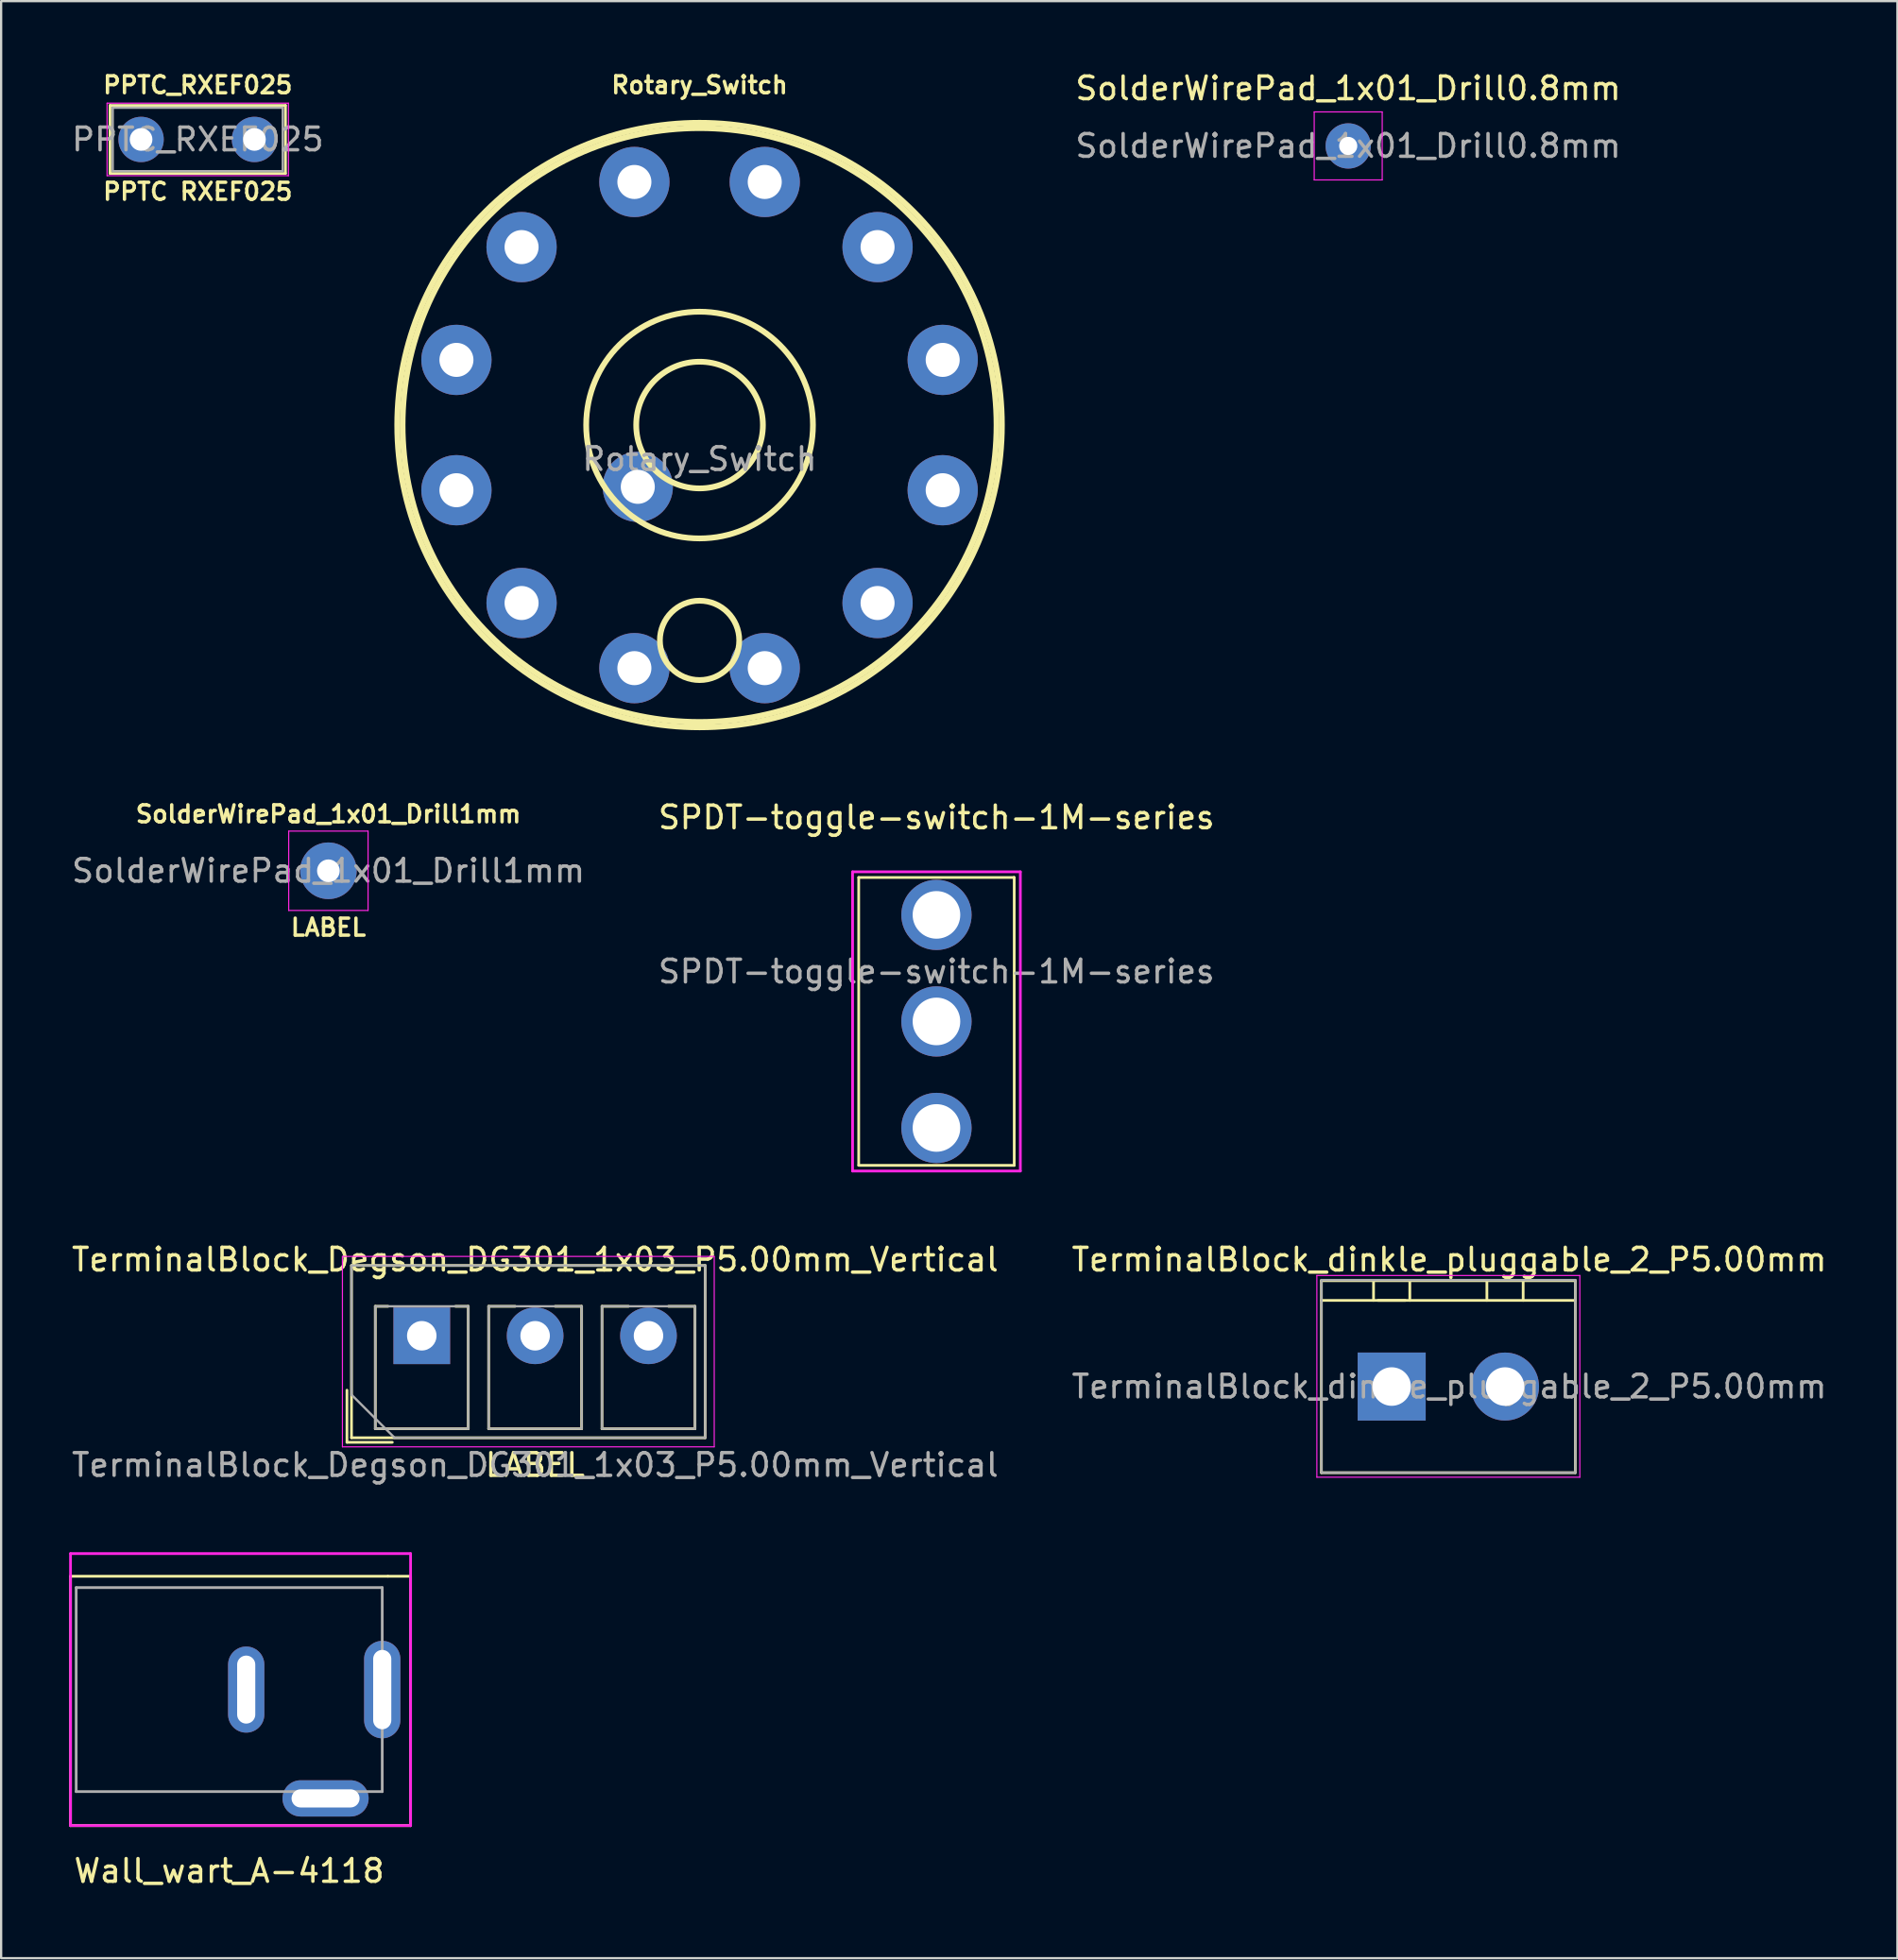
<source format=kicad_pcb>
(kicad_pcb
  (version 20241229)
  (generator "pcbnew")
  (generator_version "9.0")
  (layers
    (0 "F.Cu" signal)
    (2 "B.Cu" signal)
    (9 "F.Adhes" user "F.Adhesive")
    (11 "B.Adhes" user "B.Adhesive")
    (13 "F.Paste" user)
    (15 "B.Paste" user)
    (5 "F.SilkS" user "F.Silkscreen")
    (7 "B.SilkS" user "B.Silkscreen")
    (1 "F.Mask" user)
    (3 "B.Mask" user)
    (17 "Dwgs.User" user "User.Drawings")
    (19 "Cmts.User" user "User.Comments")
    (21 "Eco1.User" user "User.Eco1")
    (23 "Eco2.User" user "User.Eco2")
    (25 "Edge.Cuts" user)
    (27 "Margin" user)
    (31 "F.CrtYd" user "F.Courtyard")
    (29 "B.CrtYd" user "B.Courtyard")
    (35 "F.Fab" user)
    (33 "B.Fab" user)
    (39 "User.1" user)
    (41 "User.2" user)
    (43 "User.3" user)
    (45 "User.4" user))
  (footprint "SolderWirePad_1x01_Drill0.8mm"
    (layer "F.Cu")
    (at 56.418 3.388)
    (property "Reference" "SolderWirePad_1x01_Drill0.8mm" (at 0 -2.54 0) (layer "F.SilkS") (effects (font (size 1 1) (thickness 0.15))))
    (attr exclude_from_pos_files exclude_from_bom)
    (fp_line (start -1.5 -1.5) (end -1.5 1.5) (stroke (width 0.05) (type solid)) (layer "F.CrtYd"))
    (fp_line (start -1.5 -1.5) (end 1.5 -1.5) (stroke (width 0.05) (type solid)) (layer "F.CrtYd"))
    (fp_line (start 1.5 1.5) (end -1.5 1.5) (stroke (width 0.05) (type solid)) (layer "F.CrtYd"))
    (fp_line (start 1.5 1.5) (end 1.5 -1.5) (stroke (width 0.05) (type solid)) (layer "F.CrtYd"))
    (fp_text user "${REFERENCE}" (at 0 0 0) (layer "F.Fab") (effects (font (size 1 1) (thickness 0.15))))
    (pad "1" thru_hole circle (at 0 0) (size 1.999 1.999) (drill 0.8) (layers "*.Cu" "*.Mask")))
  (footprint "SolderWirePad_1x01_Drill1mm"
    (layer "F.Cu")
    (at 11.435 35.366)
    (property "Reference" "SolderWirePad_1x01_Drill1mm" (at 0 -2.5 0) (layer "F.SilkS") (effects (font (size 0.75 0.75) (thickness 0.15))))
    (attr exclude_from_pos_files exclude_from_bom)
    (fp_line (start -1.75 -1.75) (end -1.75 1.75) (stroke (width 0.05) (type solid)) (layer "F.CrtYd"))
    (fp_line (start -1.75 -1.75) (end 1.75 -1.75) (stroke (width 0.05) (type solid)) (layer "F.CrtYd"))
    (fp_line (start 1.75 1.75) (end -1.75 1.75) (stroke (width 0.05) (type solid)) (layer "F.CrtYd"))
    (fp_line (start 1.75 1.75) (end 1.75 -1.75) (stroke (width 0.05) (type solid)) (layer "F.CrtYd"))
    (fp_text user "LABEL" (at 0 2.5 0) (layer "F.SilkS") (effects (font (size 0.75 0.75) (thickness 0.15))))
    (fp_text user "${REFERENCE}" (at 0 0 0) (layer "F.Fab") (effects (font (size 1 1) (thickness 0.15))))
    (pad "1" thru_hole circle (at 0 0) (size 2.499 2.499) (drill 1.001) (layers "*.Cu" "*.Mask")))
  (footprint "TerminalBlock_Degson_DG301_1x03_P5.00mm_Vertical"
    (layer "F.Cu")
    (at 20.554 55.88)
    (property "Reference" "TerminalBlock_Degson_DG301_1x03_P5.00mm_Vertical" (at 0 -3.36 0) (layer "F.SilkS") (effects (font (size 1 1) (thickness 0.15))))
    (attr through_hole)
    (fp_line (start -8.3 2.4) (end -8.3 4.7) (stroke (width 0.12) (type solid)) (layer "F.SilkS"))
    (fp_line (start -8.3 4.7) (end -6.3 4.7) (stroke (width 0.12) (type solid)) (layer "F.SilkS"))
    (fp_line (start -8.1 -3.1) (end -8.1 4.5) (stroke (width 0.12) (type solid)) (layer "F.SilkS"))
    (fp_line (start -8.1 -3.1) (end 7.5 -3.1) (stroke (width 0.12) (type solid)) (layer "F.SilkS"))
    (fp_line (start -8.1 4.5) (end 7.5 4.5) (stroke (width 0.12) (type solid)) (layer "F.SilkS"))
    (fp_line (start -7.05 -1.3) (end -7.05 4.1) (stroke (width 0.12) (type solid)) (layer "F.SilkS"))
    (fp_line (start -7.05 -1.3) (end -6.49 -1.3) (stroke (width 0.12) (type solid)) (layer "F.SilkS"))
    (fp_line (start -7.05 4.1) (end -2.95 4.1) (stroke (width 0.12) (type solid)) (layer "F.SilkS"))
    (fp_line (start -3.51 -1.3) (end -2.95 -1.3) (stroke (width 0.12) (type solid)) (layer "F.SilkS"))
    (fp_line (start -2.95 -1.3) (end -2.95 4.1) (stroke (width 0.12) (type solid)) (layer "F.SilkS"))
    (fp_line (start -2.05 -1.3) (end -2.05 4.1) (stroke (width 0.12) (type solid)) (layer "F.SilkS"))
    (fp_line (start -2.05 -1.3) (end -0.883 -1.3) (stroke (width 0.12) (type solid)) (layer "F.SilkS"))
    (fp_line (start -2.05 4.1) (end 2.05 4.1) (stroke (width 0.12) (type solid)) (layer "F.SilkS"))
    (fp_line (start 0.884 -1.3) (end 2.05 -1.3) (stroke (width 0.12) (type solid)) (layer "F.SilkS"))
    (fp_line (start 2.05 -1.3) (end 2.05 4.1) (stroke (width 0.12) (type solid)) (layer "F.SilkS"))
    (fp_line (start 2.95 -1.3) (end 2.95 4.1) (stroke (width 0.12) (type solid)) (layer "F.SilkS"))
    (fp_line (start 2.95 -1.3) (end 4.117 -1.3) (stroke (width 0.12) (type solid)) (layer "F.SilkS"))
    (fp_line (start 2.95 4.1) (end 7.05 4.1) (stroke (width 0.12) (type solid)) (layer "F.SilkS"))
    (fp_line (start 5.884 -1.3) (end 7.05 -1.3) (stroke (width 0.12) (type solid)) (layer "F.SilkS"))
    (fp_line (start 7.05 -1.3) (end 7.05 4.1) (stroke (width 0.12) (type solid)) (layer "F.SilkS"))
    (fp_line (start 7.5 -3.1) (end 7.5 4.5) (stroke (width 0.12) (type solid)) (layer "F.SilkS"))
    (fp_line (start -8.5 -3.5) (end -8.5 4.9) (stroke (width 0.05) (type solid)) (layer "F.CrtYd"))
    (fp_line (start -8.5 4.9) (end 7.9 4.9) (stroke (width 0.05) (type solid)) (layer "F.CrtYd"))
    (fp_line (start 7.9 -3.5) (end -8.5 -3.5) (stroke (width 0.05) (type solid)) (layer "F.CrtYd"))
    (fp_line (start 7.9 4.9) (end 7.9 -3.5) (stroke (width 0.05) (type solid)) (layer "F.CrtYd"))
    (fp_line (start -8.1 -3.1) (end 7.5 -3.1) (stroke (width 0.1) (type solid)) (layer "F.Fab"))
    (fp_line (start -8.1 2.6) (end -8.1 -3.1) (stroke (width 0.1) (type solid)) (layer "F.Fab"))
    (fp_line (start -7.05 -1.3) (end -7.05 4.1) (stroke (width 0.1) (type solid)) (layer "F.Fab"))
    (fp_line (start -7.05 4.1) (end -2.95 4.1) (stroke (width 0.1) (type solid)) (layer "F.Fab"))
    (fp_line (start -6.2 4.5) (end -8.1 2.6) (stroke (width 0.1) (type solid)) (layer "F.Fab"))
    (fp_line (start -2.95 -1.3) (end -7.05 -1.3) (stroke (width 0.1) (type solid)) (layer "F.Fab"))
    (fp_line (start -2.95 4.1) (end -2.95 -1.3) (stroke (width 0.1) (type solid)) (layer "F.Fab"))
    (fp_line (start -2.05 -1.3) (end -2.05 4.1) (stroke (width 0.1) (type solid)) (layer "F.Fab"))
    (fp_line (start -2.05 4.1) (end 2.05 4.1) (stroke (width 0.1) (type solid)) (layer "F.Fab"))
    (fp_line (start 2.05 -1.3) (end -2.05 -1.3) (stroke (width 0.1) (type solid)) (layer "F.Fab"))
    (fp_line (start 2.05 4.1) (end 2.05 -1.3) (stroke (width 0.1) (type solid)) (layer "F.Fab"))
    (fp_line (start 2.95 -1.3) (end 2.95 4.1) (stroke (width 0.1) (type solid)) (layer "F.Fab"))
    (fp_line (start 2.95 4.1) (end 7.05 4.1) (stroke (width 0.1) (type solid)) (layer "F.Fab"))
    (fp_line (start 7.05 -1.3) (end 2.95 -1.3) (stroke (width 0.1) (type solid)) (layer "F.Fab"))
    (fp_line (start 7.05 4.1) (end 7.05 -1.3) (stroke (width 0.1) (type solid)) (layer "F.Fab"))
    (fp_line (start 7.5 -3.1) (end 7.5 4.5) (stroke (width 0.1) (type solid)) (layer "F.Fab"))
    (fp_line (start 7.5 4.5) (end -6.2 4.5) (stroke (width 0.1) (type solid)) (layer "F.Fab"))
    (fp_text user "LABEL" (at 0 5.7 0) (layer "F.SilkS") (effects (font (size 1 1) (thickness 0.15))))
    (fp_text user "${REFERENCE}" (at 0 5.7 0) (layer "F.Fab") (effects (font (size 1 1) (thickness 0.15))))
    (pad "1" thru_hole rect (at -5 0) (size 2.5 2.5) (drill 1.3) (layers "*.Cu" "*.Mask"))
    (pad "2" thru_hole circle (at 0 0) (size 2.5 2.5) (drill 1.3) (layers "*.Cu" "*.Mask"))
    (pad "3" thru_hole circle (at 5 0) (size 2.5 2.5) (drill 1.3) (layers "*.Cu" "*.Mask")))
  (footprint "PPTC_RXEF025"
    (layer "F.Cu")
    (at 5.673 3.102)
    (property "Reference" "PPTC_RXEF025" (at 0 -2.4 0) (layer "F.SilkS") (effects (font (size 0.75 0.75) (thickness 0.15))))
    (property "Value" "PPTC RXEF025" (at 0 2.4 0) (layer "F.Fab") (hide yes) (effects (font (size 1 1) (thickness 0.15))))
    (attr through_hole)
    (fp_line (start -3.87 -1.5) (end -3.87 1.5) (stroke (width 0.12) (type solid)) (layer "F.SilkS"))
    (fp_line (start -3.87 -1.5) (end 3.87 -1.5) (stroke (width 0.12) (type solid)) (layer "F.SilkS"))
    (fp_line (start -3.87 1.5) (end 3.87 1.5) (stroke (width 0.12) (type solid)) (layer "F.SilkS"))
    (fp_line (start 3.87 -1.5) (end 3.87 1.5) (stroke (width 0.12) (type solid)) (layer "F.SilkS"))
    (fp_line (start -4 -1.6) (end -4 1.6) (stroke (width 0.05) (type solid)) (layer "F.CrtYd"))
    (fp_line (start -4 1.6) (end 4 1.6) (stroke (width 0.05) (type solid)) (layer "F.CrtYd"))
    (fp_line (start 4 -1.6) (end -4 -1.6) (stroke (width 0.05) (type solid)) (layer "F.CrtYd"))
    (fp_line (start 4 1.6) (end 4 -1.6) (stroke (width 0.05) (type solid)) (layer "F.CrtYd"))
    (fp_line (start -3.75 -1.4) (end -3.75 1.4) (stroke (width 0.1) (type solid)) (layer "F.Fab"))
    (fp_line (start -3.75 1.4) (end 3.75 1.4) (stroke (width 0.1) (type solid)) (layer "F.Fab"))
    (fp_line (start 3.75 -1.4) (end -3.75 -1.4) (stroke (width 0.1) (type solid)) (layer "F.Fab"))
    (fp_line (start 3.75 1.4) (end 3.75 -1.4) (stroke (width 0.1) (type solid)) (layer "F.Fab"))
    (fp_text user "${VALUE}" (at 0 2.3 0) (layer "F.SilkS") (effects (font (size 0.75 0.75) (thickness 0.15))))
    (fp_text user "${REFERENCE}" (at 0 0 0) (layer "F.Fab") (effects (font (size 1 1) (thickness 0.15))))
    (pad "1" thru_hole circle (at -2.5 0) (size 2 2) (drill 1) (layers "*.Cu" "*.Mask"))
    (pad "2" thru_hole circle (at 2.5 0) (size 2 2) (drill 1) (layers "*.Cu" "*.Mask")))
  (footprint "TerminalBlock_dinkle_pluggable_2_P5.00mm"
    (layer "F.Cu")
    (at 58.335 58.12)
    (property "Reference" "TerminalBlock_dinkle_pluggable_2_P5.00mm" (at 2.54 -5.6 0) (layer "F.SilkS") (effects (font (size 1 1) (thickness 0.15))))
    (attr through_hole)
    (fp_line (start -3.1 -4.67) (end -3.1 3.8) (stroke (width 0.12) (type solid)) (layer "F.SilkS"))
    (fp_line (start -3.1 -4.67) (end 8.1 -4.67) (stroke (width 0.12) (type solid)) (layer "F.SilkS"))
    (fp_line (start -3.1 -3.8) (end 8.1 -3.8) (stroke (width 0.12) (type solid)) (layer "F.SilkS"))
    (fp_line (start -3.1 3.8) (end 8.1 3.8) (stroke (width 0.12) (type solid)) (layer "F.SilkS"))
    (fp_line (start -0.8 -4.6) (end -0.8 -3.8) (stroke (width 0.12) (type solid)) (layer "F.SilkS"))
    (fp_line (start -0.6 -3.8) (end 0.6 -3.8) (stroke (width 0.12) (type solid)) (layer "F.SilkS"))
    (fp_line (start 0.8 -3.8) (end 0.8 -4.6) (stroke (width 0.12) (type solid)) (layer "F.SilkS"))
    (fp_line (start 4.2 -3.8) (end 4.2 -4.6) (stroke (width 0.12) (type solid)) (layer "F.SilkS"))
    (fp_line (start 5.8 -3.8) (end 5.8 -4.6) (stroke (width 0.12) (type solid)) (layer "F.SilkS"))
    (fp_line (start 8.1 3.8) (end 8.1 -4.67) (stroke (width 0.12) (type solid)) (layer "F.SilkS"))
    (fp_line (start -3.3 -4.9) (end -3.3 4) (stroke (width 0.05) (type solid)) (layer "F.CrtYd"))
    (fp_line (start -3.3 -4.9) (end 8.3 -4.9) (stroke (width 0.05) (type solid)) (layer "F.CrtYd"))
    (fp_line (start 8.3 4) (end -3.3 4) (stroke (width 0.05) (type solid)) (layer "F.CrtYd"))
    (fp_line (start 8.3 4) (end 8.3 -4.9) (stroke (width 0.05) (type solid)) (layer "F.CrtYd"))
    (fp_line (start -3.1 -4.7) (end -3.1 3.8) (stroke (width 0.1) (type solid)) (layer "F.Fab"))
    (fp_line (start -3.1 3.8) (end 8.1 3.8) (stroke (width 0.1) (type solid)) (layer "F.Fab"))
    (fp_line (start 8.1 -4.7) (end -3.1 -4.7) (stroke (width 0.1) (type solid)) (layer "F.Fab"))
    (fp_line (start 8.1 3.8) (end 8.1 -4.7) (stroke (width 0.1) (type solid)) (layer "F.Fab"))
    (fp_text user "${REFERENCE}" (at 2.54 0 0) (layer "F.Fab") (effects (font (size 1 1) (thickness 0.15))))
    (pad "1" thru_hole rect (at 0 0) (size 3 3) (drill 1.7) (layers "*.Cu" "*.Mask"))
    (pad "2" thru_hole circle (at 5 0) (size 3 3) (drill 1.7) (layers "*.Cu" "*.Mask")))
  (footprint "SPDT-toggle-switch-1M-series"
    (layer "F.Cu")
    (at 38.256 42.012)
    (property "Reference" "SPDT-toggle-switch-1M-series" (at 0 -9 0) (layer "F.SilkS") (effects (font (size 1 1) (thickness 0.15))))
    (attr through_hole)
    (fp_line (start -3.43 -6.35) (end 3.42 -6.35) (stroke (width 0.12) (type solid)) (layer "F.SilkS"))
    (fp_line (start -3.43 6.34) (end -3.43 -6.35) (stroke (width 0.12) (type solid)) (layer "F.SilkS"))
    (fp_line (start 3.42 -6.35) (end 3.42 -6.34) (stroke (width 0.12) (type solid)) (layer "F.SilkS"))
    (fp_line (start 3.43 -6.35) (end 3.43 6.35) (stroke (width 0.12) (type solid)) (layer "F.SilkS"))
    (fp_line (start 3.43 6.35) (end -3.43 6.35) (stroke (width 0.12) (type solid)) (layer "F.SilkS"))
    (fp_line (start -3.7 -6.6) (end 3.7 -6.6) (stroke (width 0.12) (type solid)) (layer "F.CrtYd"))
    (fp_line (start -3.7 6.6) (end -3.7 -6.6) (stroke (width 0.12) (type solid)) (layer "F.CrtYd"))
    (fp_line (start 3.7 -6.6) (end 3.7 6.6) (stroke (width 0.12) (type solid)) (layer "F.CrtYd"))
    (fp_line (start 3.7 6.6) (end -3.7 6.6) (stroke (width 0.12) (type solid)) (layer "F.CrtYd"))
    (fp_text user "${REFERENCE}" (at 0 -2.2 0) (layer "F.Fab") (effects (font (size 1 1) (thickness 0.15))))
    (pad "1" thru_hole circle (at 0 4.7) (size 3.1 3.1) (drill 2.1) (layers "*.Cu" "*.Mask"))
    (pad "2" thru_hole circle (at 0 0) (size 3.1 3.1) (drill 2.1) (layers "*.Cu" "*.Mask"))
    (pad "3" thru_hole circle (at 0 -4.7) (size 3.1 3.1) (drill 2.1) (layers "*.Cu" "*.Mask")))
  (footprint "Rotary_Switch"
    (layer "F.Cu")
    (at 27.807 15.702)
    (property "Reference" "Rotary_Switch" (at 0 -15 0) (layer "F.SilkS") (effects (font (size 0.75 0.75) (thickness 0.15))))
    (attr through_hole)
    (fp_circle (center 0 0) (end 2.794 0) (stroke (width 0.254) (type solid)) (fill no) (layer "F.SilkS"))
    (fp_circle (center 0 0) (end 5.001 0) (stroke (width 0.254) (type solid)) (fill no) (layer "F.SilkS"))
    (fp_circle (center 0 0) (end 13.099 0) (stroke (width 0.254) (type solid)) (fill no) (layer "F.SilkS"))
    (fp_circle (center 0 0) (end 13.335 0) (stroke (width 0.254) (type solid)) (fill no) (layer "F.SilkS"))
    (fp_circle (center 0 9.5) (end 1.75 9.5) (stroke (width 0.254) (type solid)) (fill no) (layer "F.SilkS"))
    (fp_text user "${REFERENCE}" (at 0 1.5 0) (layer "F.Fab") (effects (font (size 1 1) (thickness 0.15))))
    (pad "1" thru_hole circle (at -2.875 10.724) (size 3.099 3.099) (drill 1.501) (layers "*.Cu" "*.Mask"))
    (pad "2" thru_hole circle (at -7.851 7.851) (size 3.099 3.099) (drill 1.501) (layers "*.Cu" "*.Mask"))
    (pad "3" thru_hole circle (at -10.724 2.875) (size 3.099 3.099) (drill 1.501) (layers "*.Cu" "*.Mask"))
    (pad "4" thru_hole circle (at -10.724 -2.875) (size 3.099 3.099) (drill 1.501) (layers "*.Cu" "*.Mask"))
    (pad "5" thru_hole circle (at -7.851 -7.851) (size 3.099 3.099) (drill 1.501) (layers "*.Cu" "*.Mask"))
    (pad "6" thru_hole circle (at -2.875 -10.724) (size 3.099 3.099) (drill 1.501) (layers "*.Cu" "*.Mask"))
    (pad "7" thru_hole circle (at 2.875 -10.724) (size 3.099 3.099) (drill 1.501) (layers "*.Cu" "*.Mask"))
    (pad "8" thru_hole circle (at 7.851 -7.851) (size 3.099 3.099) (drill 1.501) (layers "*.Cu" "*.Mask"))
    (pad "9" thru_hole circle (at 10.724 -2.875) (size 3.099 3.099) (drill 1.501) (layers "*.Cu" "*.Mask"))
    (pad "10" thru_hole circle (at 10.724 2.875) (size 3.099 3.099) (drill 1.501) (layers "*.Cu" "*.Mask"))
    (pad "11" thru_hole circle (at 7.851 7.851) (size 3.099 3.099) (drill 1.501) (layers "*.Cu" "*.Mask"))
    (pad "12" thru_hole circle (at 2.875 10.724) (size 3.099 3.099) (drill 1.501) (layers "*.Cu" "*.Mask"))
    (pad "13" thru_hole circle (at -2.725 2.725) (size 3.099 3.099) (drill 1.501) (layers "*.Cu" "*.Mask")))
  (footprint "Wall_wart_A-4118"
    (layer "F.Cu")
    (at 7.06 71.489)
    (property "Reference" "Wall_wart_A-4118" (at 0 8 0) (layer "F.SilkS") (effects (font (size 1 1) (thickness 0.15))))
    (attr through_hole)
    (fp_line (start -7 -5) (end 7 -5) (stroke (width 0.12) (type solid)) (layer "F.SilkS"))
    (fp_line (start -7 6) (end -7 -5) (stroke (width 0.12) (type solid)) (layer "F.SilkS"))
    (fp_line (start 7 -5) (end 8 -5) (stroke (width 0.12) (type solid)) (layer "F.SilkS"))
    (fp_line (start 8 -5) (end 8 6) (stroke (width 0.12) (type solid)) (layer "F.SilkS"))
    (fp_line (start 8 6) (end -7 6) (stroke (width 0.12) (type solid)) (layer "F.SilkS"))
    (fp_line (start -7 -6) (end 8 -6) (stroke (width 0.12) (type solid)) (layer "F.CrtYd"))
    (fp_line (start -7 6) (end -7 -6) (stroke (width 0.12) (type solid)) (layer "F.CrtYd"))
    (fp_line (start 8 -6) (end 8 6) (stroke (width 0.12) (type solid)) (layer "F.CrtYd"))
    (fp_line (start 8 6) (end -7 6) (stroke (width 0.12) (type solid)) (layer "F.CrtYd"))
    (fp_line (start -6.75 -4.5) (end -6.75 4.5) (stroke (width 0.12) (type solid)) (layer "F.Fab"))
    (fp_line (start -6.75 4.5) (end 6.75 4.5) (stroke (width 0.12) (type solid)) (layer "F.Fab"))
    (fp_line (start 6.75 -4.5) (end -6.75 -4.5) (stroke (width 0.12) (type solid)) (layer "F.Fab"))
    (fp_line (start 6.75 4.5) (end 6.75 -4.5) (stroke (width 0.12) (type solid)) (layer "F.Fab"))
    (pad "1" thru_hole oval (at 4.25 4.8) (size 3.8 1.6) (drill oval 3 0.8) (layers "*.Cu" "*.Mask"))
    (pad "2" thru_hole oval (at 0.75 0) (size 1.6 3.8) (drill oval 0.8 3) (layers "*.Cu" "*.Mask"))
    (pad "3" thru_hole oval (at 6.75 0) (size 1.6 4.3) (drill oval 0.8 3.5) (layers "*.Cu" "*.Mask")))
  (gr_rect
    (start -3 -3)
    (end 80.643 83.337)
    (stroke (width 0.1) (type default))
    (fill no)
    (layer "Edge.Cuts")))
</source>
